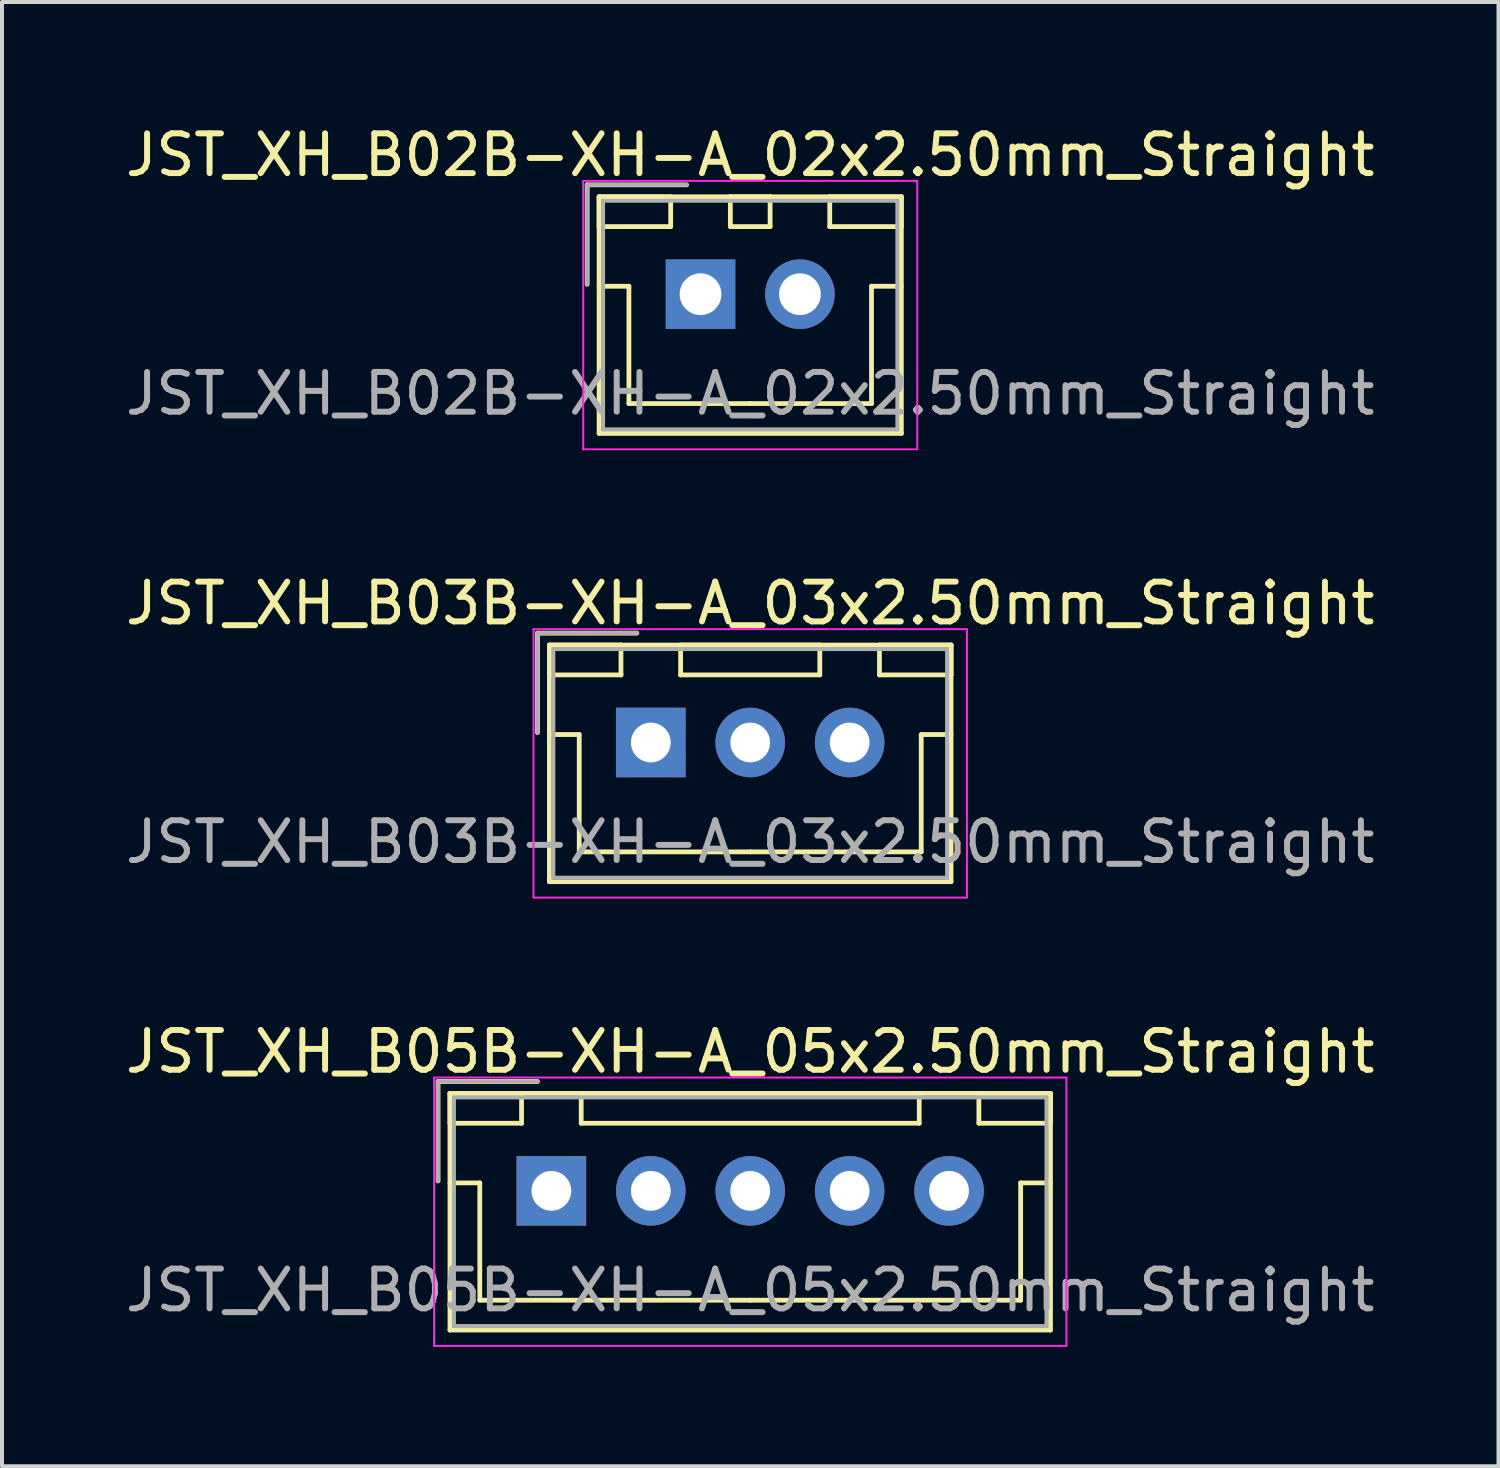
<source format=kicad_pcb>
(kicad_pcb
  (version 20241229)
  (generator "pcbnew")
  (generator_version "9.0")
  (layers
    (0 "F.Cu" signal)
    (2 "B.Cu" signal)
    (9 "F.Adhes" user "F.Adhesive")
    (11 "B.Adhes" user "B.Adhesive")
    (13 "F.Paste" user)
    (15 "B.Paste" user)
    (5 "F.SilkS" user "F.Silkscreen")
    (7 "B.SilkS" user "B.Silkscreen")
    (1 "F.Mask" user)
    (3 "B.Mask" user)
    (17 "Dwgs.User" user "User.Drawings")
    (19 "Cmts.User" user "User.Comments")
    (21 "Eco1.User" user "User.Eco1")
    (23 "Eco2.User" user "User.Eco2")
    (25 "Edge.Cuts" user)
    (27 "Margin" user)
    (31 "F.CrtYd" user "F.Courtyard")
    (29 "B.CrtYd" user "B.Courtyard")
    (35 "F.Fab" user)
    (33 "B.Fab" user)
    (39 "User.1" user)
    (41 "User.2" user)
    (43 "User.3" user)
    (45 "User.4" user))
  (footprint "JST_XH_B03B-XH-A_03x2.50mm_Straight"
    (layer "F.Cu")
    (at 13.315 15.621)
    (property "Reference" "JST_XH_B03B-XH-A_03x2.50mm_Straight" (at 2.5 -3.5 0) (layer "F.SilkS") (effects (font (size 1 1) (thickness 0.15))))
    (attr through_hole)
    (fp_line (start -2.85 -2.75) (end -2.85 -0.25) (stroke (width 0.12) (type solid)) (layer "F.SilkS"))
    (fp_line (start -2.55 -2.45) (end -2.55 -1.7) (stroke (width 0.12) (type solid)) (layer "F.SilkS"))
    (fp_line (start -2.55 -2.45) (end -2.55 3.5) (stroke (width 0.12) (type solid)) (layer "F.SilkS"))
    (fp_line (start -2.55 -1.7) (end -0.75 -1.7) (stroke (width 0.12) (type solid)) (layer "F.SilkS"))
    (fp_line (start -2.55 -0.2) (end -1.8 -0.2) (stroke (width 0.12) (type solid)) (layer "F.SilkS"))
    (fp_line (start -2.55 3.5) (end 7.55 3.5) (stroke (width 0.12) (type solid)) (layer "F.SilkS"))
    (fp_line (start -1.8 -0.2) (end -1.8 2.75) (stroke (width 0.12) (type solid)) (layer "F.SilkS"))
    (fp_line (start -1.8 2.75) (end 2.5 2.75) (stroke (width 0.12) (type solid)) (layer "F.SilkS"))
    (fp_line (start -0.75 -2.45) (end -2.55 -2.45) (stroke (width 0.12) (type solid)) (layer "F.SilkS"))
    (fp_line (start -0.75 -1.7) (end -0.75 -2.45) (stroke (width 0.12) (type solid)) (layer "F.SilkS"))
    (fp_line (start -0.35 -2.75) (end -2.85 -2.75) (stroke (width 0.12) (type solid)) (layer "F.SilkS"))
    (fp_line (start 0.75 -2.45) (end 0.75 -1.7) (stroke (width 0.12) (type solid)) (layer "F.SilkS"))
    (fp_line (start 0.75 -1.7) (end 4.25 -1.7) (stroke (width 0.12) (type solid)) (layer "F.SilkS"))
    (fp_line (start 4.25 -2.45) (end 0.75 -2.45) (stroke (width 0.12) (type solid)) (layer "F.SilkS"))
    (fp_line (start 4.25 -1.7) (end 4.25 -2.45) (stroke (width 0.12) (type solid)) (layer "F.SilkS"))
    (fp_line (start 5.75 -2.45) (end 5.75 -1.7) (stroke (width 0.12) (type solid)) (layer "F.SilkS"))
    (fp_line (start 5.75 -1.7) (end 7.55 -1.7) (stroke (width 0.12) (type solid)) (layer "F.SilkS"))
    (fp_line (start 6.8 -0.2) (end 6.8 2.75) (stroke (width 0.12) (type solid)) (layer "F.SilkS"))
    (fp_line (start 6.8 2.75) (end 2.5 2.75) (stroke (width 0.12) (type solid)) (layer "F.SilkS"))
    (fp_line (start 7.55 -2.45) (end -2.55 -2.45) (stroke (width 0.12) (type solid)) (layer "F.SilkS"))
    (fp_line (start 7.55 -2.45) (end 5.75 -2.45) (stroke (width 0.12) (type solid)) (layer "F.SilkS"))
    (fp_line (start 7.55 -1.7) (end 7.55 -2.45) (stroke (width 0.12) (type solid)) (layer "F.SilkS"))
    (fp_line (start 7.55 -0.2) (end 6.8 -0.2) (stroke (width 0.12) (type solid)) (layer "F.SilkS"))
    (fp_line (start 7.55 3.5) (end 7.55 -2.45) (stroke (width 0.12) (type solid)) (layer "F.SilkS"))
    (fp_line (start -2.95 -2.85) (end -2.95 3.9) (stroke (width 0.05) (type solid)) (layer "F.CrtYd"))
    (fp_line (start -2.95 3.9) (end 7.95 3.9) (stroke (width 0.05) (type solid)) (layer "F.CrtYd"))
    (fp_line (start 7.95 -2.85) (end -2.95 -2.85) (stroke (width 0.05) (type solid)) (layer "F.CrtYd"))
    (fp_line (start 7.95 3.9) (end 7.95 -2.85) (stroke (width 0.05) (type solid)) (layer "F.CrtYd"))
    (fp_line (start -2.85 -2.75) (end -2.85 -0.25) (stroke (width 0.1) (type solid)) (layer "F.Fab"))
    (fp_line (start -2.45 -2.35) (end -2.45 3.4) (stroke (width 0.1) (type solid)) (layer "F.Fab"))
    (fp_line (start -2.45 3.4) (end 7.45 3.4) (stroke (width 0.1) (type solid)) (layer "F.Fab"))
    (fp_line (start -0.35 -2.75) (end -2.85 -2.75) (stroke (width 0.1) (type solid)) (layer "F.Fab"))
    (fp_line (start 7.45 -2.35) (end -2.45 -2.35) (stroke (width 0.1) (type solid)) (layer "F.Fab"))
    (fp_line (start 7.45 3.4) (end 7.45 -2.35) (stroke (width 0.1) (type solid)) (layer "F.Fab"))
    (fp_text user "${REFERENCE}" (at 2.5 2.5 0) (layer "F.Fab") (effects (font (size 1 1) (thickness 0.15))))
    (pad "1" thru_hole rect (at 0 0) (size 1.75 1.75) (drill 1) (layers "*.Cu" "*.Mask"))
    (pad "2" thru_hole circle (at 2.5 0) (size 1.75 1.75) (drill 1) (layers "*.Cu" "*.Mask"))
    (pad "3" thru_hole circle (at 5 0) (size 1.75 1.75) (drill 1) (layers "*.Cu" "*.Mask")))
  (footprint "JST_XH_B05B-XH-A_05x2.50mm_Straight"
    (layer "F.Cu")
    (at 10.815 26.895)
    (property "Reference" "JST_XH_B05B-XH-A_05x2.50mm_Straight" (at 5 -3.5 0) (layer "F.SilkS") (effects (font (size 1 1) (thickness 0.15))))
    (attr through_hole)
    (fp_line (start -2.85 -2.75) (end -2.85 -0.25) (stroke (width 0.12) (type solid)) (layer "F.SilkS"))
    (fp_line (start -2.55 -2.45) (end -2.55 -1.7) (stroke (width 0.12) (type solid)) (layer "F.SilkS"))
    (fp_line (start -2.55 -2.45) (end -2.55 3.5) (stroke (width 0.12) (type solid)) (layer "F.SilkS"))
    (fp_line (start -2.55 -1.7) (end -0.75 -1.7) (stroke (width 0.12) (type solid)) (layer "F.SilkS"))
    (fp_line (start -2.55 -0.2) (end -1.8 -0.2) (stroke (width 0.12) (type solid)) (layer "F.SilkS"))
    (fp_line (start -2.55 3.5) (end 12.55 3.5) (stroke (width 0.12) (type solid)) (layer "F.SilkS"))
    (fp_line (start -1.8 -0.2) (end -1.8 2.75) (stroke (width 0.12) (type solid)) (layer "F.SilkS"))
    (fp_line (start -1.8 2.75) (end 5 2.75) (stroke (width 0.12) (type solid)) (layer "F.SilkS"))
    (fp_line (start -0.75 -2.45) (end -2.55 -2.45) (stroke (width 0.12) (type solid)) (layer "F.SilkS"))
    (fp_line (start -0.75 -1.7) (end -0.75 -2.45) (stroke (width 0.12) (type solid)) (layer "F.SilkS"))
    (fp_line (start -0.35 -2.75) (end -2.85 -2.75) (stroke (width 0.12) (type solid)) (layer "F.SilkS"))
    (fp_line (start 0.75 -2.45) (end 0.75 -1.7) (stroke (width 0.12) (type solid)) (layer "F.SilkS"))
    (fp_line (start 0.75 -1.7) (end 9.25 -1.7) (stroke (width 0.12) (type solid)) (layer "F.SilkS"))
    (fp_line (start 9.25 -2.45) (end 0.75 -2.45) (stroke (width 0.12) (type solid)) (layer "F.SilkS"))
    (fp_line (start 9.25 -1.7) (end 9.25 -2.45) (stroke (width 0.12) (type solid)) (layer "F.SilkS"))
    (fp_line (start 10.75 -2.45) (end 10.75 -1.7) (stroke (width 0.12) (type solid)) (layer "F.SilkS"))
    (fp_line (start 10.75 -1.7) (end 12.55 -1.7) (stroke (width 0.12) (type solid)) (layer "F.SilkS"))
    (fp_line (start 11.8 -0.2) (end 11.8 2.75) (stroke (width 0.12) (type solid)) (layer "F.SilkS"))
    (fp_line (start 11.8 2.75) (end 5 2.75) (stroke (width 0.12) (type solid)) (layer "F.SilkS"))
    (fp_line (start 12.55 -2.45) (end -2.55 -2.45) (stroke (width 0.12) (type solid)) (layer "F.SilkS"))
    (fp_line (start 12.55 -2.45) (end 10.75 -2.45) (stroke (width 0.12) (type solid)) (layer "F.SilkS"))
    (fp_line (start 12.55 -1.7) (end 12.55 -2.45) (stroke (width 0.12) (type solid)) (layer "F.SilkS"))
    (fp_line (start 12.55 -0.2) (end 11.8 -0.2) (stroke (width 0.12) (type solid)) (layer "F.SilkS"))
    (fp_line (start 12.55 3.5) (end 12.55 -2.45) (stroke (width 0.12) (type solid)) (layer "F.SilkS"))
    (fp_line (start -2.95 -2.85) (end -2.95 3.9) (stroke (width 0.05) (type solid)) (layer "F.CrtYd"))
    (fp_line (start -2.95 3.9) (end 12.95 3.9) (stroke (width 0.05) (type solid)) (layer "F.CrtYd"))
    (fp_line (start 12.95 -2.85) (end -2.95 -2.85) (stroke (width 0.05) (type solid)) (layer "F.CrtYd"))
    (fp_line (start 12.95 3.9) (end 12.95 -2.85) (stroke (width 0.05) (type solid)) (layer "F.CrtYd"))
    (fp_line (start -2.85 -2.75) (end -2.85 -0.25) (stroke (width 0.1) (type solid)) (layer "F.Fab"))
    (fp_line (start -2.45 -2.35) (end -2.45 3.4) (stroke (width 0.1) (type solid)) (layer "F.Fab"))
    (fp_line (start -2.45 3.4) (end 12.45 3.4) (stroke (width 0.1) (type solid)) (layer "F.Fab"))
    (fp_line (start -0.35 -2.75) (end -2.85 -2.75) (stroke (width 0.1) (type solid)) (layer "F.Fab"))
    (fp_line (start 12.45 -2.35) (end -2.45 -2.35) (stroke (width 0.1) (type solid)) (layer "F.Fab"))
    (fp_line (start 12.45 3.4) (end 12.45 -2.35) (stroke (width 0.1) (type solid)) (layer "F.Fab"))
    (fp_text user "${REFERENCE}" (at 5 2.5 0) (layer "F.Fab") (effects (font (size 1 1) (thickness 0.15))))
    (pad "1" thru_hole rect (at 0 0) (size 1.75 1.75) (drill 1) (layers "*.Cu" "*.Mask"))
    (pad "2" thru_hole circle (at 2.5 0) (size 1.75 1.75) (drill 1) (layers "*.Cu" "*.Mask"))
    (pad "3" thru_hole circle (at 5 0) (size 1.75 1.75) (drill 1) (layers "*.Cu" "*.Mask"))
    (pad "4" thru_hole circle (at 7.5 0) (size 1.75 1.75) (drill 1) (layers "*.Cu" "*.Mask"))
    (pad "5" thru_hole circle (at 10 0) (size 1.75 1.75) (drill 1) (layers "*.Cu" "*.Mask")))
  (footprint "JST_XH_B02B-XH-A_02x2.50mm_Straight"
    (layer "F.Cu")
    (at 14.565 4.348)
    (property "Reference" "JST_XH_B02B-XH-A_02x2.50mm_Straight" (at 1.25 -3.5 0) (layer "F.SilkS") (effects (font (size 1 1) (thickness 0.15))))
    (attr through_hole)
    (fp_line (start -2.85 -2.75) (end -2.85 -0.25) (stroke (width 0.12) (type solid)) (layer "F.SilkS"))
    (fp_line (start -2.55 -2.45) (end -2.55 -1.7) (stroke (width 0.12) (type solid)) (layer "F.SilkS"))
    (fp_line (start -2.55 -2.45) (end -2.55 3.5) (stroke (width 0.12) (type solid)) (layer "F.SilkS"))
    (fp_line (start -2.55 -1.7) (end -0.75 -1.7) (stroke (width 0.12) (type solid)) (layer "F.SilkS"))
    (fp_line (start -2.55 -0.2) (end -1.8 -0.2) (stroke (width 0.12) (type solid)) (layer "F.SilkS"))
    (fp_line (start -2.55 3.5) (end 5.05 3.5) (stroke (width 0.12) (type solid)) (layer "F.SilkS"))
    (fp_line (start -1.8 -0.2) (end -1.8 2.75) (stroke (width 0.12) (type solid)) (layer "F.SilkS"))
    (fp_line (start -1.8 2.75) (end 1.25 2.75) (stroke (width 0.12) (type solid)) (layer "F.SilkS"))
    (fp_line (start -0.75 -2.45) (end -2.55 -2.45) (stroke (width 0.12) (type solid)) (layer "F.SilkS"))
    (fp_line (start -0.75 -1.7) (end -0.75 -2.45) (stroke (width 0.12) (type solid)) (layer "F.SilkS"))
    (fp_line (start -0.35 -2.75) (end -2.85 -2.75) (stroke (width 0.12) (type solid)) (layer "F.SilkS"))
    (fp_line (start 0.75 -2.45) (end 0.75 -1.7) (stroke (width 0.12) (type solid)) (layer "F.SilkS"))
    (fp_line (start 0.75 -1.7) (end 1.75 -1.7) (stroke (width 0.12) (type solid)) (layer "F.SilkS"))
    (fp_line (start 1.75 -2.45) (end 0.75 -2.45) (stroke (width 0.12) (type solid)) (layer "F.SilkS"))
    (fp_line (start 1.75 -1.7) (end 1.75 -2.45) (stroke (width 0.12) (type solid)) (layer "F.SilkS"))
    (fp_line (start 3.25 -2.45) (end 3.25 -1.7) (stroke (width 0.12) (type solid)) (layer "F.SilkS"))
    (fp_line (start 3.25 -1.7) (end 5.05 -1.7) (stroke (width 0.12) (type solid)) (layer "F.SilkS"))
    (fp_line (start 4.3 -0.2) (end 4.3 2.75) (stroke (width 0.12) (type solid)) (layer "F.SilkS"))
    (fp_line (start 4.3 2.75) (end 1.25 2.75) (stroke (width 0.12) (type solid)) (layer "F.SilkS"))
    (fp_line (start 5.05 -2.45) (end -2.55 -2.45) (stroke (width 0.12) (type solid)) (layer "F.SilkS"))
    (fp_line (start 5.05 -2.45) (end 3.25 -2.45) (stroke (width 0.12) (type solid)) (layer "F.SilkS"))
    (fp_line (start 5.05 -1.7) (end 5.05 -2.45) (stroke (width 0.12) (type solid)) (layer "F.SilkS"))
    (fp_line (start 5.05 -0.2) (end 4.3 -0.2) (stroke (width 0.12) (type solid)) (layer "F.SilkS"))
    (fp_line (start 5.05 3.5) (end 5.05 -2.45) (stroke (width 0.12) (type solid)) (layer "F.SilkS"))
    (fp_line (start -2.95 -2.85) (end -2.95 3.9) (stroke (width 0.05) (type solid)) (layer "F.CrtYd"))
    (fp_line (start -2.95 3.9) (end 5.45 3.9) (stroke (width 0.05) (type solid)) (layer "F.CrtYd"))
    (fp_line (start 5.45 -2.85) (end -2.95 -2.85) (stroke (width 0.05) (type solid)) (layer "F.CrtYd"))
    (fp_line (start 5.45 3.9) (end 5.45 -2.85) (stroke (width 0.05) (type solid)) (layer "F.CrtYd"))
    (fp_line (start -2.85 -2.75) (end -2.85 -0.25) (stroke (width 0.1) (type solid)) (layer "F.Fab"))
    (fp_line (start -2.45 -2.35) (end -2.45 3.4) (stroke (width 0.1) (type solid)) (layer "F.Fab"))
    (fp_line (start -2.45 3.4) (end 4.95 3.4) (stroke (width 0.1) (type solid)) (layer "F.Fab"))
    (fp_line (start -0.35 -2.75) (end -2.85 -2.75) (stroke (width 0.1) (type solid)) (layer "F.Fab"))
    (fp_line (start 4.95 -2.35) (end -2.45 -2.35) (stroke (width 0.1) (type solid)) (layer "F.Fab"))
    (fp_line (start 4.95 3.4) (end 4.95 -2.35) (stroke (width 0.1) (type solid)) (layer "F.Fab"))
    (fp_text user "${REFERENCE}" (at 1.25 2.5 0) (layer "F.Fab") (effects (font (size 1 1) (thickness 0.15))))
    (pad "1" thru_hole rect (at 0 0) (size 1.75 1.75) (drill 1.05) (layers "*.Cu" "*.Mask"))
    (pad "2" thru_hole circle (at 2.5 0) (size 1.75 1.75) (drill 1.05) (layers "*.Cu" "*.Mask")))
  (gr_rect
    (start -3 -3)
    (end 34.631 33.82)
    (stroke (width 0.1) (type default))
    (fill no)
    (layer "Edge.Cuts")))
</source>
